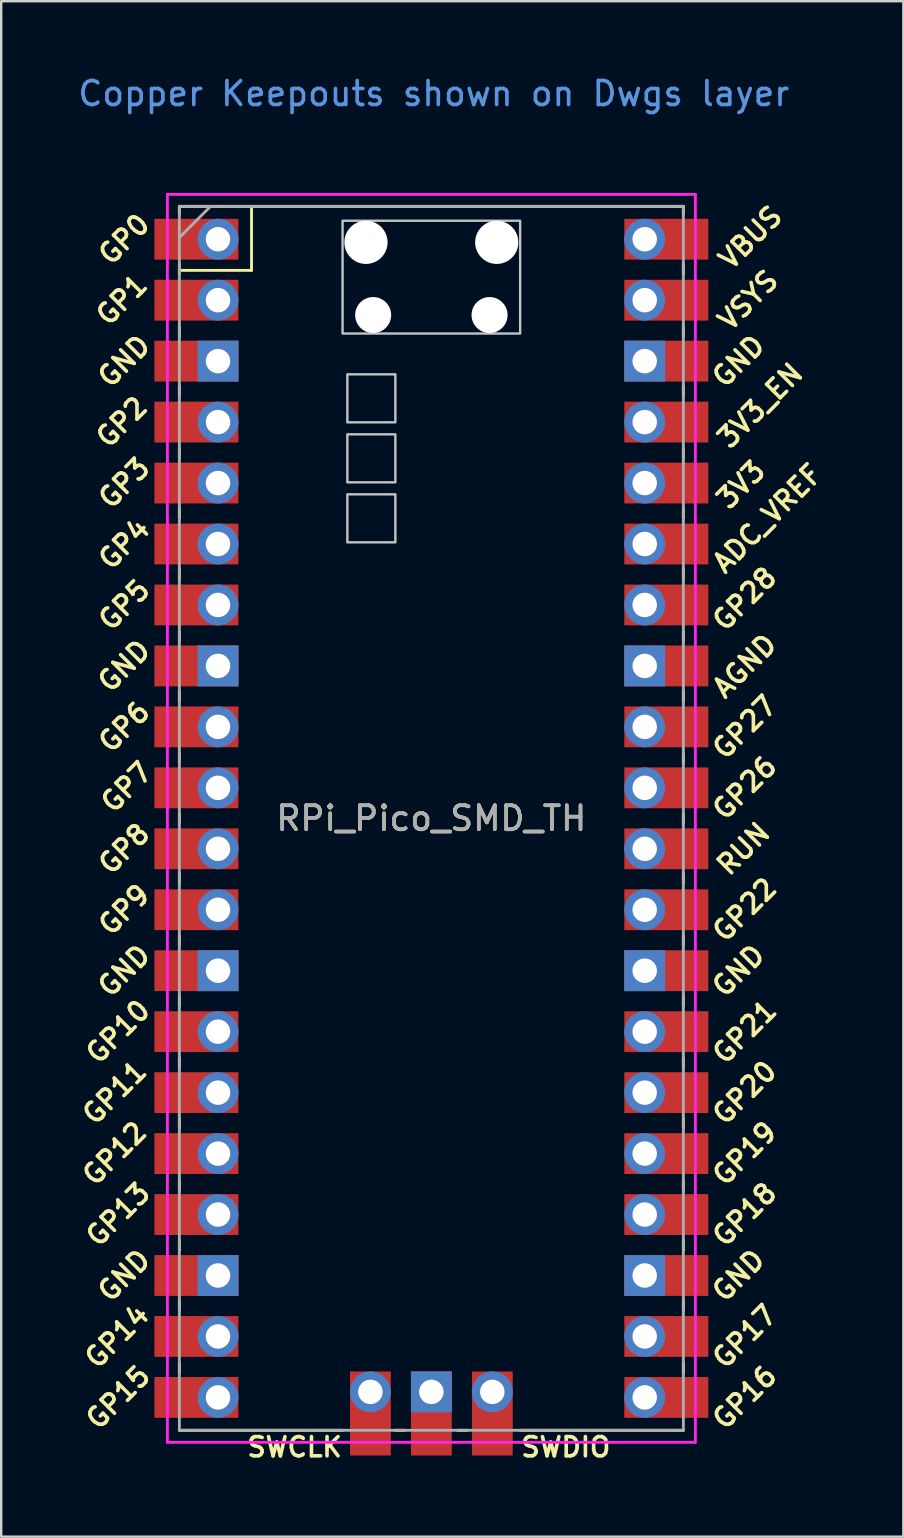
<source format=kicad_pcb>
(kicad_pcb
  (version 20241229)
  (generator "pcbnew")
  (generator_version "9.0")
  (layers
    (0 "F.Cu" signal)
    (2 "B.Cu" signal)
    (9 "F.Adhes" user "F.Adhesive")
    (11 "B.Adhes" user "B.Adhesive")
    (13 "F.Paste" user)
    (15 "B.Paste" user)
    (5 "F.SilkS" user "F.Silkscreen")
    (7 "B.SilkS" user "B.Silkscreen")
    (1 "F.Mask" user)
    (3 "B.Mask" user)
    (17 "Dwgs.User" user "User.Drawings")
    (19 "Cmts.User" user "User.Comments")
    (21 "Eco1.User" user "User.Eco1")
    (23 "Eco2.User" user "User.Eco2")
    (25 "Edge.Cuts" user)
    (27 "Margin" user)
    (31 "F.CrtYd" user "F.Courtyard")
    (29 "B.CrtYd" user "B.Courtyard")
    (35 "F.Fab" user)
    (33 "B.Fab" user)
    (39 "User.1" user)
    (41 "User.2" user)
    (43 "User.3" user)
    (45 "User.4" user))
  (footprint "RPi_Pico_SMD_TH"
    (layer "F.Cu")
    (at 14.924 31.048)
    (property "Reference" "RPi_Pico_SMD_TH" (at 0 0 0) (layer "F.SilkS") (effects (font (size 1 1) (thickness 0.15))))
    (attr through_hole)
    (fp_line (start -10.5 -25.5) (end -10.5 -25.2) (stroke (width 0.12) (type solid)) (layer "F.SilkS"))
    (fp_line (start -10.5 -25.5) (end 10.5 -25.5) (stroke (width 0.12) (type solid)) (layer "F.SilkS"))
    (fp_line (start -10.5 -23.1) (end -10.5 -22.7) (stroke (width 0.12) (type solid)) (layer "F.SilkS"))
    (fp_line (start -10.5 -22.833) (end -7.493 -22.833) (stroke (width 0.12) (type solid)) (layer "F.SilkS"))
    (fp_line (start -10.5 -20.5) (end -10.5 -20.1) (stroke (width 0.12) (type solid)) (layer "F.SilkS"))
    (fp_line (start -10.5 -18) (end -10.5 -17.6) (stroke (width 0.12) (type solid)) (layer "F.SilkS"))
    (fp_line (start -10.5 -15.4) (end -10.5 -15) (stroke (width 0.12) (type solid)) (layer "F.SilkS"))
    (fp_line (start -10.5 -12.9) (end -10.5 -12.5) (stroke (width 0.12) (type solid)) (layer "F.SilkS"))
    (fp_line (start -10.5 -10.4) (end -10.5 -10) (stroke (width 0.12) (type solid)) (layer "F.SilkS"))
    (fp_line (start -10.5 -7.8) (end -10.5 -7.4) (stroke (width 0.12) (type solid)) (layer "F.SilkS"))
    (fp_line (start -10.5 -5.3) (end -10.5 -4.9) (stroke (width 0.12) (type solid)) (layer "F.SilkS"))
    (fp_line (start -10.5 -2.7) (end -10.5 -2.3) (stroke (width 0.12) (type solid)) (layer "F.SilkS"))
    (fp_line (start -10.5 -0.2) (end -10.5 0.2) (stroke (width 0.12) (type solid)) (layer "F.SilkS"))
    (fp_line (start -10.5 2.3) (end -10.5 2.7) (stroke (width 0.12) (type solid)) (layer "F.SilkS"))
    (fp_line (start -10.5 4.9) (end -10.5 5.3) (stroke (width 0.12) (type solid)) (layer "F.SilkS"))
    (fp_line (start -10.5 7.4) (end -10.5 7.8) (stroke (width 0.12) (type solid)) (layer "F.SilkS"))
    (fp_line (start -10.5 10) (end -10.5 10.4) (stroke (width 0.12) (type solid)) (layer "F.SilkS"))
    (fp_line (start -10.5 12.5) (end -10.5 12.9) (stroke (width 0.12) (type solid)) (layer "F.SilkS"))
    (fp_line (start -10.5 15.1) (end -10.5 15.5) (stroke (width 0.12) (type solid)) (layer "F.SilkS"))
    (fp_line (start -10.5 17.6) (end -10.5 18) (stroke (width 0.12) (type solid)) (layer "F.SilkS"))
    (fp_line (start -10.5 20.1) (end -10.5 20.5) (stroke (width 0.12) (type solid)) (layer "F.SilkS"))
    (fp_line (start -10.5 22.7) (end -10.5 23.1) (stroke (width 0.12) (type solid)) (layer "F.SilkS"))
    (fp_line (start -7.493 -22.833) (end -7.493 -25.5) (stroke (width 0.12) (type solid)) (layer "F.SilkS"))
    (fp_line (start -3.7 25.5) (end -10.5 25.5) (stroke (width 0.12) (type solid)) (layer "F.SilkS"))
    (fp_line (start -1.5 25.5) (end -1.1 25.5) (stroke (width 0.12) (type solid)) (layer "F.SilkS"))
    (fp_line (start 1.1 25.5) (end 1.5 25.5) (stroke (width 0.12) (type solid)) (layer "F.SilkS"))
    (fp_line (start 10.5 -25.5) (end 10.5 -25.2) (stroke (width 0.12) (type solid)) (layer "F.SilkS"))
    (fp_line (start 10.5 -23.1) (end 10.5 -22.7) (stroke (width 0.12) (type solid)) (layer "F.SilkS"))
    (fp_line (start 10.5 -20.5) (end 10.5 -20.1) (stroke (width 0.12) (type solid)) (layer "F.SilkS"))
    (fp_line (start 10.5 -18) (end 10.5 -17.6) (stroke (width 0.12) (type solid)) (layer "F.SilkS"))
    (fp_line (start 10.5 -15.4) (end 10.5 -15) (stroke (width 0.12) (type solid)) (layer "F.SilkS"))
    (fp_line (start 10.5 -12.9) (end 10.5 -12.5) (stroke (width 0.12) (type solid)) (layer "F.SilkS"))
    (fp_line (start 10.5 -10.4) (end 10.5 -10) (stroke (width 0.12) (type solid)) (layer "F.SilkS"))
    (fp_line (start 10.5 -7.8) (end 10.5 -7.4) (stroke (width 0.12) (type solid)) (layer "F.SilkS"))
    (fp_line (start 10.5 -5.3) (end 10.5 -4.9) (stroke (width 0.12) (type solid)) (layer "F.SilkS"))
    (fp_line (start 10.5 -2.7) (end 10.5 -2.3) (stroke (width 0.12) (type solid)) (layer "F.SilkS"))
    (fp_line (start 10.5 -0.2) (end 10.5 0.2) (stroke (width 0.12) (type solid)) (layer "F.SilkS"))
    (fp_line (start 10.5 2.3) (end 10.5 2.7) (stroke (width 0.12) (type solid)) (layer "F.SilkS"))
    (fp_line (start 10.5 4.9) (end 10.5 5.3) (stroke (width 0.12) (type solid)) (layer "F.SilkS"))
    (fp_line (start 10.5 7.4) (end 10.5 7.8) (stroke (width 0.12) (type solid)) (layer "F.SilkS"))
    (fp_line (start 10.5 10) (end 10.5 10.4) (stroke (width 0.12) (type solid)) (layer "F.SilkS"))
    (fp_line (start 10.5 12.5) (end 10.5 12.9) (stroke (width 0.12) (type solid)) (layer "F.SilkS"))
    (fp_line (start 10.5 15.1) (end 10.5 15.5) (stroke (width 0.12) (type solid)) (layer "F.SilkS"))
    (fp_line (start 10.5 17.6) (end 10.5 18) (stroke (width 0.12) (type solid)) (layer "F.SilkS"))
    (fp_line (start 10.5 20.1) (end 10.5 20.5) (stroke (width 0.12) (type solid)) (layer "F.SilkS"))
    (fp_line (start 10.5 22.7) (end 10.5 23.1) (stroke (width 0.12) (type solid)) (layer "F.SilkS"))
    (fp_line (start 10.5 25.5) (end 3.7 25.5) (stroke (width 0.12) (type solid)) (layer "F.SilkS"))
    (fp_poly (pts (xy -1.5 -16.5) (xy -3.5 -16.5) (xy -3.5 -18.5) (xy -1.5 -18.5)) (stroke (width 0.1) (type solid)) (fill no) (layer "Dwgs.User"))
    (fp_poly (pts (xy -1.5 -14) (xy -3.5 -14) (xy -3.5 -16) (xy -1.5 -16)) (stroke (width 0.1) (type solid)) (fill no) (layer "Dwgs.User"))
    (fp_poly (pts (xy -1.5 -11.5) (xy -3.5 -11.5) (xy -3.5 -13.5) (xy -1.5 -13.5)) (stroke (width 0.1) (type solid)) (fill no) (layer "Dwgs.User"))
    (fp_poly (pts (xy 3.7 -20.2) (xy -3.7 -20.2) (xy -3.7 -24.9) (xy 3.7 -24.9)) (stroke (width 0.1) (type solid)) (fill no) (layer "Dwgs.User"))
    (fp_line (start -11 -26) (end 11 -26) (stroke (width 0.12) (type solid)) (layer "F.CrtYd"))
    (fp_line (start -11 26) (end -11 -26) (stroke (width 0.12) (type solid)) (layer "F.CrtYd"))
    (fp_line (start 11 -26) (end 11 26) (stroke (width 0.12) (type solid)) (layer "F.CrtYd"))
    (fp_line (start 11 26) (end -11 26) (stroke (width 0.12) (type solid)) (layer "F.CrtYd"))
    (fp_line (start -10.5 -25.5) (end 10.5 -25.5) (stroke (width 0.12) (type solid)) (layer "F.Fab"))
    (fp_line (start -10.5 -24.2) (end -9.2 -25.5) (stroke (width 0.12) (type solid)) (layer "F.Fab"))
    (fp_line (start -10.5 25.5) (end -10.5 -25.5) (stroke (width 0.12) (type solid)) (layer "F.Fab"))
    (fp_line (start 10.5 -25.5) (end 10.5 25.5) (stroke (width 0.12) (type solid)) (layer "F.Fab"))
    (fp_line (start 10.5 25.5) (end -10.5 25.5) (stroke (width 0.12) (type solid)) (layer "F.Fab"))
    (fp_text user "GP26" (at 13.054 -1.27 45) (layer "F.SilkS") (effects (font (size 0.8 0.8) (thickness 0.15))))
    (fp_text user "GP13" (at -13.054 16.51 45) (layer "F.SilkS") (effects (font (size 0.8 0.8) (thickness 0.15))))
    (fp_text user "VBUS" (at 13.3 -24.2 45) (layer "F.SilkS") (effects (font (size 0.8 0.8) (thickness 0.15))))
    (fp_text user "GP16" (at 13.054 24.13 45) (layer "F.SilkS") (effects (font (size 0.8 0.8) (thickness 0.15))))
    (fp_text user "VSYS" (at 13.2 -21.59 45) (layer "F.SilkS") (effects (font (size 0.8 0.8) (thickness 0.15))))
    (fp_text user "GP10" (at -13.054 8.89 45) (layer "F.SilkS") (effects (font (size 0.8 0.8) (thickness 0.15))))
    (fp_text user "GP4" (at -12.8 -11.43 45) (layer "F.SilkS") (effects (font (size 0.8 0.8) (thickness 0.15))))
    (fp_text user "3V3" (at 12.9 -13.9 45) (layer "F.SilkS") (effects (font (size 0.8 0.8) (thickness 0.15))))
    (fp_text user "GND" (at 12.8 6.35 45) (layer "F.SilkS") (effects (font (size 0.8 0.8) (thickness 0.15))))
    (fp_text user "GP1" (at -12.9 -21.6 45) (layer "F.SilkS") (effects (font (size 0.8 0.8) (thickness 0.15))))
    (fp_text user "GP21" (at 13.054 8.9 45) (layer "F.SilkS") (effects (font (size 0.8 0.8) (thickness 0.15))))
    (fp_text user "GP19" (at 13.054 13.97 45) (layer "F.SilkS") (effects (font (size 0.8 0.8) (thickness 0.15))))
    (fp_text user "GP7" (at -12.7 -1.3 45) (layer "F.SilkS") (effects (font (size 0.8 0.8) (thickness 0.15))))
    (fp_text user "GP11" (at -13.2 11.43 45) (layer "F.SilkS") (effects (font (size 0.8 0.8) (thickness 0.15))))
    (fp_text user "GP5" (at -12.8 -8.89 45) (layer "F.SilkS") (effects (font (size 0.8 0.8) (thickness 0.15))))
    (fp_text user "GP22" (at 13.054 3.81 45) (layer "F.SilkS") (effects (font (size 0.8 0.8) (thickness 0.15))))
    (fp_text user "GP18" (at 13.054 16.51 45) (layer "F.SilkS") (effects (font (size 0.8 0.8) (thickness 0.15))))
    (fp_text user "GP28" (at 13.054 -9.144 45) (layer "F.SilkS") (effects (font (size 0.8 0.8) (thickness 0.15))))
    (fp_text user "3V3_EN" (at 13.7 -17.2 45) (layer "F.SilkS") (effects (font (size 0.8 0.8) (thickness 0.15))))
    (fp_text user "GND" (at -12.8 6.35 45) (layer "F.SilkS") (effects (font (size 0.8 0.8) (thickness 0.15))))
    (fp_text user "ADC_VREF" (at 14 -12.5 45) (layer "F.SilkS") (effects (font (size 0.8 0.8) (thickness 0.15))))
    (fp_text user "GP14" (at -13.1 21.59 45) (layer "F.SilkS") (effects (font (size 0.8 0.8) (thickness 0.15))))
    (fp_text user "GP20" (at 13.054 11.43 45) (layer "F.SilkS") (effects (font (size 0.8 0.8) (thickness 0.15))))
    (fp_text user "GP8" (at -12.8 1.27 45) (layer "F.SilkS") (effects (font (size 0.8 0.8) (thickness 0.15))))
    (fp_text user "GP15" (at -13.054 24.13 45) (layer "F.SilkS") (effects (font (size 0.8 0.8) (thickness 0.15))))
    (fp_text user "GP12" (at -13.2 13.97 45) (layer "F.SilkS") (effects (font (size 0.8 0.8) (thickness 0.15))))
    (fp_text user "GP27" (at 13.054 -3.8 45) (layer "F.SilkS") (effects (font (size 0.8 0.8) (thickness 0.15))))
    (fp_text user "GP2" (at -12.9 -16.51 45) (layer "F.SilkS") (effects (font (size 0.8 0.8) (thickness 0.15))))
    (fp_text user "GP0" (at -12.8 -24.13 45) (layer "F.SilkS") (effects (font (size 0.8 0.8) (thickness 0.15))))
    (fp_text user "SWDIO" (at 5.6 26.2 0) (layer "F.SilkS") (effects (font (size 0.8 0.8) (thickness 0.15))))
    (fp_text user "GND" (at -12.8 -6.35 45) (layer "F.SilkS") (effects (font (size 0.8 0.8) (thickness 0.15))))
    (fp_text user "SWCLK" (at -5.7 26.2 0) (layer "F.SilkS") (effects (font (size 0.8 0.8) (thickness 0.15))))
    (fp_text user "GND" (at 12.8 19.05 45) (layer "F.SilkS") (effects (font (size 0.8 0.8) (thickness 0.15))))
    (fp_text user "GP17" (at 13.054 21.59 45) (layer "F.SilkS") (effects (font (size 0.8 0.8) (thickness 0.15))))
    (fp_text user "GP6" (at -12.8 -3.81 45) (layer "F.SilkS") (effects (font (size 0.8 0.8) (thickness 0.15))))
    (fp_text user "GND" (at -12.8 19.05 45) (layer "F.SilkS") (effects (font (size 0.8 0.8) (thickness 0.15))))
    (fp_text user "GP3" (at -12.8 -13.97 45) (layer "F.SilkS") (effects (font (size 0.8 0.8) (thickness 0.15))))
    (fp_text user "GND" (at -12.8 -19.05 45) (layer "F.SilkS") (effects (font (size 0.8 0.8) (thickness 0.15))))
    (fp_text user "GP9" (at -12.8 3.81 45) (layer "F.SilkS") (effects (font (size 0.8 0.8) (thickness 0.15))))
    (fp_text user "AGND" (at 13.054 -6.35 45) (layer "F.SilkS") (effects (font (size 0.8 0.8) (thickness 0.15))))
    (fp_text user "RUN" (at 13 1.27 45) (layer "F.SilkS") (effects (font (size 0.8 0.8) (thickness 0.15))))
    (fp_text user "GND" (at 12.8 -19.05 45) (layer "F.SilkS") (effects (font (size 0.8 0.8) (thickness 0.15))))
    (fp_text user "Copper Keepouts shown on Dwgs layer" (at 0.1 -30.2 0) (layer "Cmts.User") (effects (font (size 1 1) (thickness 0.15))))
    (fp_text user "${REFERENCE}" (at 0 0 180) (layer "F.Fab") (effects (font (size 1 1) (thickness 0.15))))
    (pad "" np_thru_hole oval (at -2.725 -24) (size 1.8 1.8) (drill 1.8) (layers "*.Cu" "*.Mask"))
    (pad "" np_thru_hole oval (at -2.425 -20.97) (size 1.5 1.5) (drill 1.5) (layers "*.Cu" "*.Mask"))
    (pad "" np_thru_hole oval (at 2.425 -20.97) (size 1.5 1.5) (drill 1.5) (layers "*.Cu" "*.Mask"))
    (pad "" np_thru_hole oval (at 2.725 -24) (size 1.8 1.8) (drill 1.8) (layers "*.Cu" "*.Mask"))
    (pad "1" thru_hole oval (at -8.89 -24.13) (size 1.7 1.7) (drill 1.02) (layers "*.Cu" "*.Mask"))
    (pad "1" smd rect (at -8.89 -24.13) (size 3.5 1.7) (drill (offset -0.9 0)) (layers "F.Cu" "F.Mask"))
    (pad "2" thru_hole oval (at -8.89 -21.59) (size 1.7 1.7) (drill 1.02) (layers "*.Cu" "*.Mask"))
    (pad "2" smd rect (at -8.89 -21.59) (size 3.5 1.7) (drill (offset -0.9 0)) (layers "F.Cu" "F.Mask"))
    (pad "3" thru_hole rect (at -8.89 -19.05) (size 1.7 1.7) (drill 1.02) (layers "*.Cu" "*.Mask"))
    (pad "3" smd rect (at -8.89 -19.05) (size 3.5 1.7) (drill (offset -0.9 0)) (layers "F.Cu" "F.Mask"))
    (pad "4" thru_hole oval (at -8.89 -16.51) (size 1.7 1.7) (drill 1.02) (layers "*.Cu" "*.Mask"))
    (pad "4" smd rect (at -8.89 -16.51) (size 3.5 1.7) (drill (offset -0.9 0)) (layers "F.Cu" "F.Mask"))
    (pad "5" thru_hole oval (at -8.89 -13.97) (size 1.7 1.7) (drill 1.02) (layers "*.Cu" "*.Mask"))
    (pad "5" smd rect (at -8.89 -13.97) (size 3.5 1.7) (drill (offset -0.9 0)) (layers "F.Cu" "F.Mask"))
    (pad "6" thru_hole oval (at -8.89 -11.43) (size 1.7 1.7) (drill 1.02) (layers "*.Cu" "*.Mask"))
    (pad "6" smd rect (at -8.89 -11.43) (size 3.5 1.7) (drill (offset -0.9 0)) (layers "F.Cu" "F.Mask"))
    (pad "7" thru_hole oval (at -8.89 -8.89) (size 1.7 1.7) (drill 1.02) (layers "*.Cu" "*.Mask"))
    (pad "7" smd rect (at -8.89 -8.89) (size 3.5 1.7) (drill (offset -0.9 0)) (layers "F.Cu" "F.Mask"))
    (pad "8" thru_hole rect (at -8.89 -6.35) (size 1.7 1.7) (drill 1.02) (layers "*.Cu" "*.Mask"))
    (pad "8" smd rect (at -8.89 -6.35) (size 3.5 1.7) (drill (offset -0.9 0)) (layers "F.Cu" "F.Mask"))
    (pad "9" thru_hole oval (at -8.89 -3.81) (size 1.7 1.7) (drill 1.02) (layers "*.Cu" "*.Mask"))
    (pad "9" smd rect (at -8.89 -3.81) (size 3.5 1.7) (drill (offset -0.9 0)) (layers "F.Cu" "F.Mask"))
    (pad "10" thru_hole oval (at -8.89 -1.27) (size 1.7 1.7) (drill 1.02) (layers "*.Cu" "*.Mask"))
    (pad "10" smd rect (at -8.89 -1.27) (size 3.5 1.7) (drill (offset -0.9 0)) (layers "F.Cu" "F.Mask"))
    (pad "11" thru_hole oval (at -8.89 1.27) (size 1.7 1.7) (drill 1.02) (layers "*.Cu" "*.Mask"))
    (pad "11" smd rect (at -8.89 1.27) (size 3.5 1.7) (drill (offset -0.9 0)) (layers "F.Cu" "F.Mask"))
    (pad "12" thru_hole oval (at -8.89 3.81) (size 1.7 1.7) (drill 1.02) (layers "*.Cu" "*.Mask"))
    (pad "12" smd rect (at -8.89 3.81) (size 3.5 1.7) (drill (offset -0.9 0)) (layers "F.Cu" "F.Mask"))
    (pad "13" thru_hole rect (at -8.89 6.35) (size 1.7 1.7) (drill 1.02) (layers "*.Cu" "*.Mask"))
    (pad "13" smd rect (at -8.89 6.35) (size 3.5 1.7) (drill (offset -0.9 0)) (layers "F.Cu" "F.Mask"))
    (pad "14" thru_hole oval (at -8.89 8.89) (size 1.7 1.7) (drill 1.02) (layers "*.Cu" "*.Mask"))
    (pad "14" smd rect (at -8.89 8.89) (size 3.5 1.7) (drill (offset -0.9 0)) (layers "F.Cu" "F.Mask"))
    (pad "15" thru_hole oval (at -8.89 11.43) (size 1.7 1.7) (drill 1.02) (layers "*.Cu" "*.Mask"))
    (pad "15" smd rect (at -8.89 11.43) (size 3.5 1.7) (drill (offset -0.9 0)) (layers "F.Cu" "F.Mask"))
    (pad "16" thru_hole oval (at -8.89 13.97) (size 1.7 1.7) (drill 1.02) (layers "*.Cu" "*.Mask"))
    (pad "16" smd rect (at -8.89 13.97) (size 3.5 1.7) (drill (offset -0.9 0)) (layers "F.Cu" "F.Mask"))
    (pad "17" thru_hole oval (at -8.89 16.51) (size 1.7 1.7) (drill 1.02) (layers "*.Cu" "*.Mask"))
    (pad "17" smd rect (at -8.89 16.51) (size 3.5 1.7) (drill (offset -0.9 0)) (layers "F.Cu" "F.Mask"))
    (pad "18" thru_hole rect (at -8.89 19.05) (size 1.7 1.7) (drill 1.02) (layers "*.Cu" "*.Mask"))
    (pad "18" smd rect (at -8.89 19.05) (size 3.5 1.7) (drill (offset -0.9 0)) (layers "F.Cu" "F.Mask"))
    (pad "19" thru_hole oval (at -8.89 21.59) (size 1.7 1.7) (drill 1.02) (layers "*.Cu" "*.Mask"))
    (pad "19" smd rect (at -8.89 21.59) (size 3.5 1.7) (drill (offset -0.9 0)) (layers "F.Cu" "F.Mask"))
    (pad "20" thru_hole oval (at -8.89 24.13) (size 1.7 1.7) (drill 1.02) (layers "*.Cu" "*.Mask"))
    (pad "20" smd rect (at -8.89 24.13) (size 3.5 1.7) (drill (offset -0.9 0)) (layers "F.Cu" "F.Mask"))
    (pad "21" thru_hole oval (at 8.89 24.13) (size 1.7 1.7) (drill 1.02) (layers "*.Cu" "*.Mask"))
    (pad "21" smd rect (at 8.89 24.13) (size 3.5 1.7) (drill (offset 0.9 0)) (layers "F.Cu" "F.Mask"))
    (pad "22" thru_hole oval (at 8.89 21.59) (size 1.7 1.7) (drill 1.02) (layers "*.Cu" "*.Mask"))
    (pad "22" smd rect (at 8.89 21.59) (size 3.5 1.7) (drill (offset 0.9 0)) (layers "F.Cu" "F.Mask"))
    (pad "23" thru_hole rect (at 8.89 19.05) (size 1.7 1.7) (drill 1.02) (layers "*.Cu" "*.Mask"))
    (pad "23" smd rect (at 8.89 19.05) (size 3.5 1.7) (drill (offset 0.9 0)) (layers "F.Cu" "F.Mask"))
    (pad "24" thru_hole oval (at 8.89 16.51) (size 1.7 1.7) (drill 1.02) (layers "*.Cu" "*.Mask"))
    (pad "24" smd rect (at 8.89 16.51) (size 3.5 1.7) (drill (offset 0.9 0)) (layers "F.Cu" "F.Mask"))
    (pad "25" thru_hole oval (at 8.89 13.97) (size 1.7 1.7) (drill 1.02) (layers "*.Cu" "*.Mask"))
    (pad "25" smd rect (at 8.89 13.97) (size 3.5 1.7) (drill (offset 0.9 0)) (layers "F.Cu" "F.Mask"))
    (pad "26" thru_hole oval (at 8.89 11.43) (size 1.7 1.7) (drill 1.02) (layers "*.Cu" "*.Mask"))
    (pad "26" smd rect (at 8.89 11.43) (size 3.5 1.7) (drill (offset 0.9 0)) (layers "F.Cu" "F.Mask"))
    (pad "27" thru_hole oval (at 8.89 8.89) (size 1.7 1.7) (drill 1.02) (layers "*.Cu" "*.Mask"))
    (pad "27" smd rect (at 8.89 8.89) (size 3.5 1.7) (drill (offset 0.9 0)) (layers "F.Cu" "F.Mask"))
    (pad "28" thru_hole rect (at 8.89 6.35) (size 1.7 1.7) (drill 1.02) (layers "*.Cu" "*.Mask"))
    (pad "28" smd rect (at 8.89 6.35) (size 3.5 1.7) (drill (offset 0.9 0)) (layers "F.Cu" "F.Mask"))
    (pad "29" thru_hole oval (at 8.89 3.81) (size 1.7 1.7) (drill 1.02) (layers "*.Cu" "*.Mask"))
    (pad "29" smd rect (at 8.89 3.81) (size 3.5 1.7) (drill (offset 0.9 0)) (layers "F.Cu" "F.Mask"))
    (pad "30" thru_hole oval (at 8.89 1.27) (size 1.7 1.7) (drill 1.02) (layers "*.Cu" "*.Mask"))
    (pad "30" smd rect (at 8.89 1.27) (size 3.5 1.7) (drill (offset 0.9 0)) (layers "F.Cu" "F.Mask"))
    (pad "31" thru_hole oval (at 8.89 -1.27) (size 1.7 1.7) (drill 1.02) (layers "*.Cu" "*.Mask"))
    (pad "31" smd rect (at 8.89 -1.27) (size 3.5 1.7) (drill (offset 0.9 0)) (layers "F.Cu" "F.Mask"))
    (pad "32" thru_hole oval (at 8.89 -3.81) (size 1.7 1.7) (drill 1.02) (layers "*.Cu" "*.Mask"))
    (pad "32" smd rect (at 8.89 -3.81) (size 3.5 1.7) (drill (offset 0.9 0)) (layers "F.Cu" "F.Mask"))
    (pad "33" thru_hole rect (at 8.89 -6.35) (size 1.7 1.7) (drill 1.02) (layers "*.Cu" "*.Mask"))
    (pad "33" smd rect (at 8.89 -6.35) (size 3.5 1.7) (drill (offset 0.9 0)) (layers "F.Cu" "F.Mask"))
    (pad "34" thru_hole oval (at 8.89 -8.89) (size 1.7 1.7) (drill 1.02) (layers "*.Cu" "*.Mask"))
    (pad "34" smd rect (at 8.89 -8.89) (size 3.5 1.7) (drill (offset 0.9 0)) (layers "F.Cu" "F.Mask"))
    (pad "35" thru_hole oval (at 8.89 -11.43) (size 1.7 1.7) (drill 1.02) (layers "*.Cu" "*.Mask"))
    (pad "35" smd rect (at 8.89 -11.43) (size 3.5 1.7) (drill (offset 0.9 0)) (layers "F.Cu" "F.Mask"))
    (pad "36" thru_hole oval (at 8.89 -13.97) (size 1.7 1.7) (drill 1.02) (layers "*.Cu" "*.Mask"))
    (pad "36" smd rect (at 8.89 -13.97) (size 3.5 1.7) (drill (offset 0.9 0)) (layers "F.Cu" "F.Mask"))
    (pad "37" thru_hole oval (at 8.89 -16.51) (size 1.7 1.7) (drill 1.02) (layers "*.Cu" "*.Mask"))
    (pad "37" smd rect (at 8.89 -16.51) (size 3.5 1.7) (drill (offset 0.9 0)) (layers "F.Cu" "F.Mask"))
    (pad "38" thru_hole rect (at 8.89 -19.05) (size 1.7 1.7) (drill 1.02) (layers "*.Cu" "*.Mask"))
    (pad "38" smd rect (at 8.89 -19.05) (size 3.5 1.7) (drill (offset 0.9 0)) (layers "F.Cu" "F.Mask"))
    (pad "39" thru_hole oval (at 8.89 -21.59) (size 1.7 1.7) (drill 1.02) (layers "*.Cu" "*.Mask"))
    (pad "39" smd rect (at 8.89 -21.59) (size 3.5 1.7) (drill (offset 0.9 0)) (layers "F.Cu" "F.Mask"))
    (pad "40" thru_hole oval (at 8.89 -24.13) (size 1.7 1.7) (drill 1.02) (layers "*.Cu" "*.Mask"))
    (pad "40" smd rect (at 8.89 -24.13) (size 3.5 1.7) (drill (offset 0.9 0)) (layers "F.Cu" "F.Mask"))
    (pad "41" thru_hole oval (at -2.54 23.9) (size 1.7 1.7) (drill 1.02) (layers "*.Cu" "*.Mask"))
    (pad "41" smd rect (at -2.54 23.9 90) (size 3.5 1.7) (drill (offset -0.9 0)) (layers "F.Cu" "F.Mask"))
    (pad "42" thru_hole rect (at 0 23.9) (size 1.7 1.7) (drill 1.02) (layers "*.Cu" "*.Mask"))
    (pad "42" smd rect (at 0 23.9 90) (size 3.5 1.7) (drill (offset -0.9 0)) (layers "F.Cu" "F.Mask"))
    (pad "43" thru_hole oval (at 2.54 23.9) (size 1.7 1.7) (drill 1.02) (layers "*.Cu" "*.Mask"))
    (pad "43" smd rect (at 2.54 23.9 90) (size 3.5 1.7) (drill (offset -0.9 0)) (layers "F.Cu" "F.Mask")))
  (gr_rect
    (start -3 -3)
    (end 34.591 60.98)
    (stroke (width 0.1) (type default))
    (fill no)
    (layer "Edge.Cuts")))
</source>
